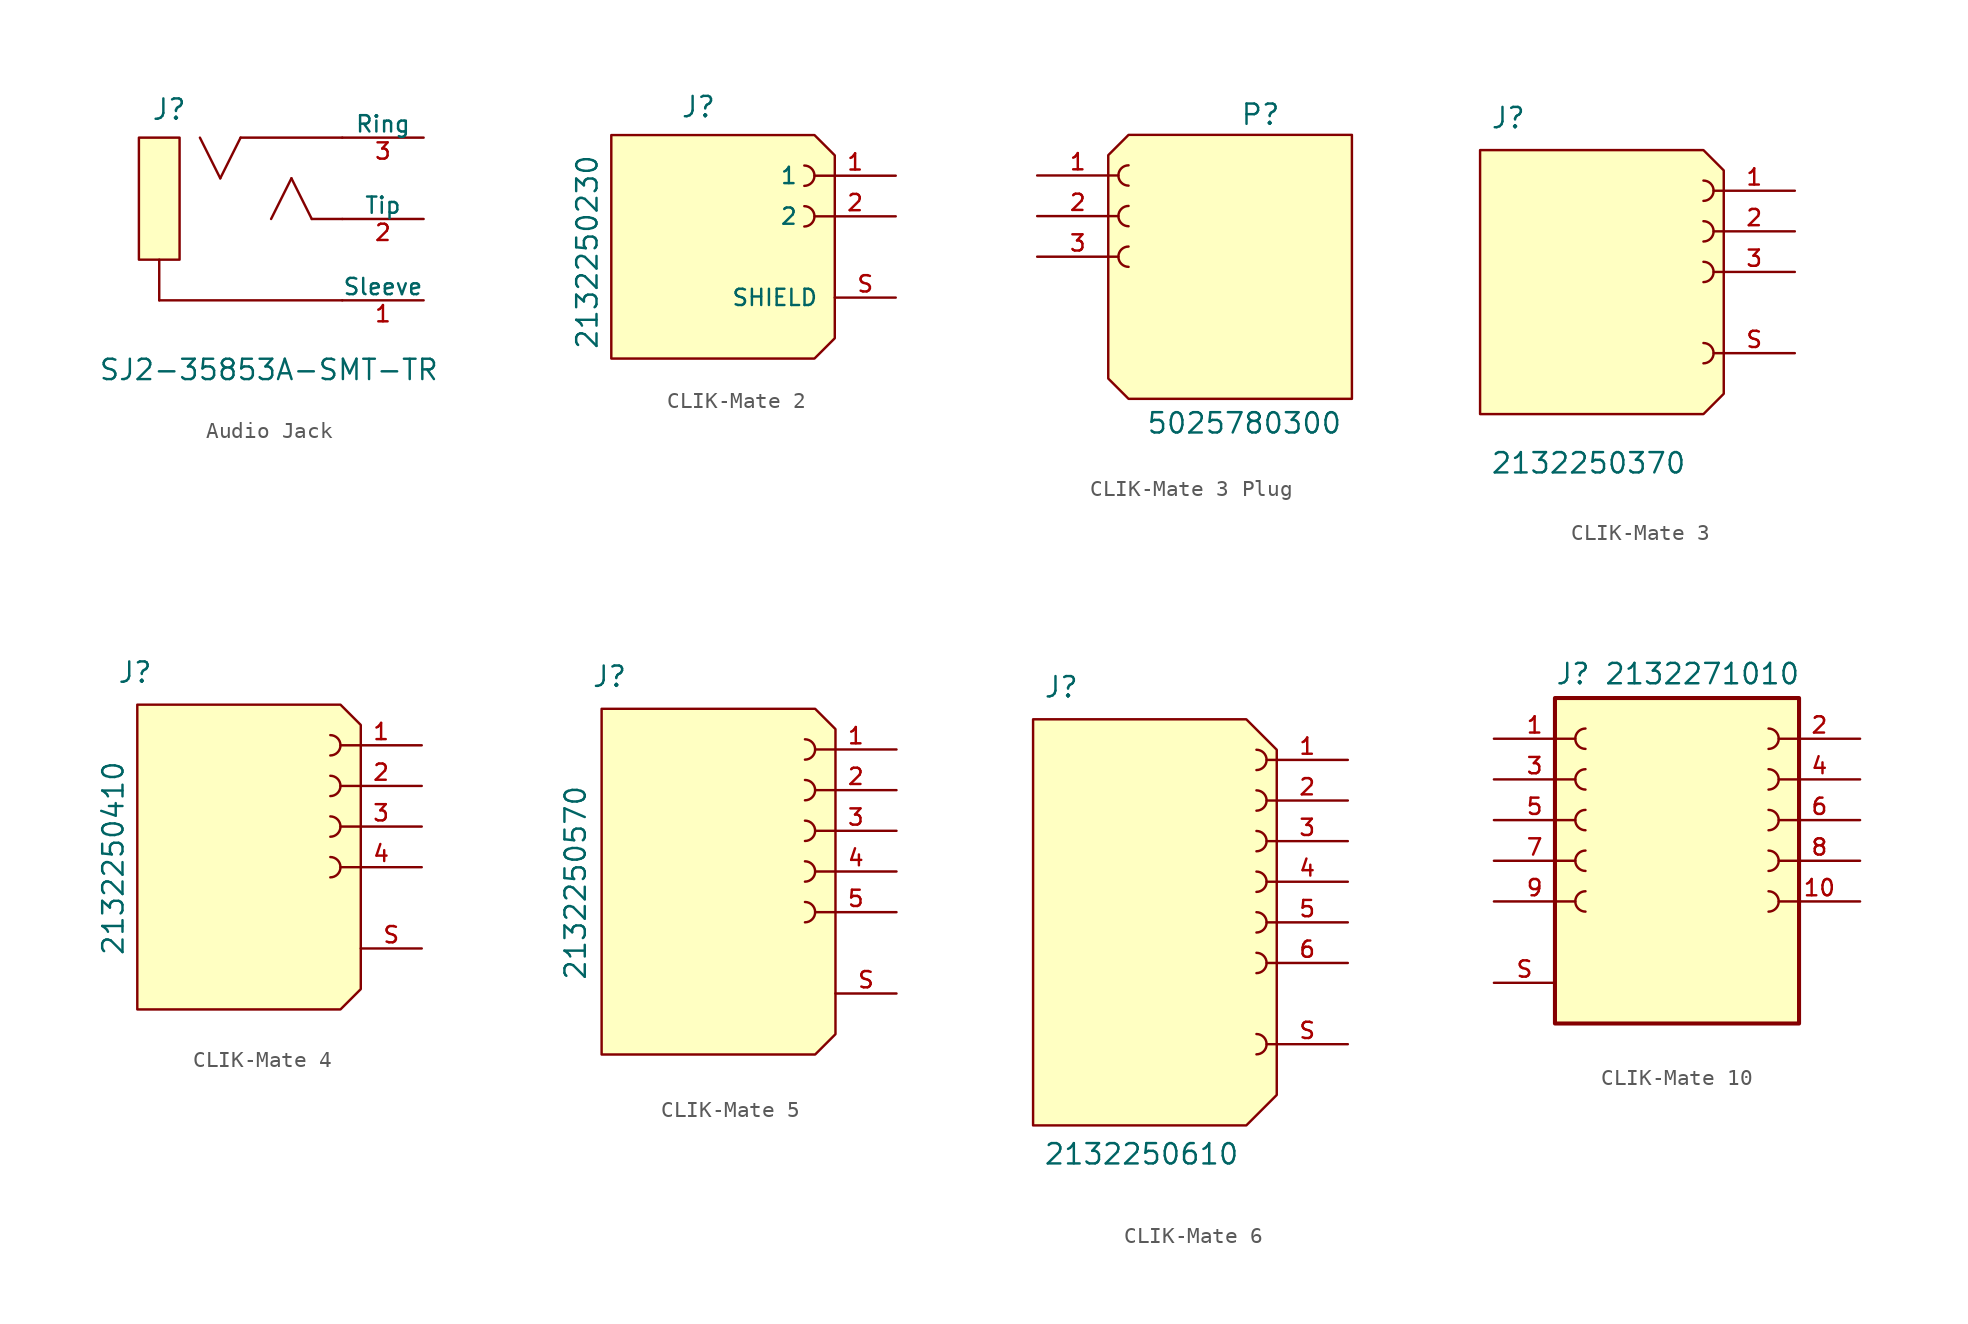
<source format=kicad_sym>
(kicad_symbol_lib
  (version 20231120)
  (generator "kicad_symbol_editor")
  (generator_version "8.0")
  (symbol "Audio Jack"
    (pin_names
      (offset 0))
    (property "Reference" "J"
      (at -6.858 3.556 0)
      (effects (font (size 1.27 1.27)) (justify left bottom)))
    (property "Value" "SJ2-35853A-SMT-TR"
      (at -10.16 -12.7 0)
      (effects (font (size 1.27 1.27)) (justify left bottom)))
    (symbol "Audio Jack_0_0"
      (polyline (pts (xy -6.35 -5.08) (xy -6.35 -7.62)) (stroke (width 0.152) (type default)) (fill (type none)))
      (polyline (pts (xy -2.54 0) (xy -3.81 2.54)) (stroke (width 0.152) (type default)) (fill (type none)))
      (polyline (pts (xy -1.27 2.54) (xy -2.54 0)) (stroke (width 0.152) (type default)) (fill (type none)))
      (polyline (pts (xy 1.905 0) (xy 0.635 -2.54)) (stroke (width 0.152) (type default)) (fill (type none)))
      (polyline (pts (xy 3.175 -2.54) (xy 1.905 0)) (stroke (width 0.152) (type default)) (fill (type none)))
      (polyline (pts (xy 5.08 -7.62) (xy -6.35 -7.62)) (stroke (width 0.152) (type default)) (fill (type none)))
      (polyline (pts (xy 5.08 -2.54) (xy 3.175 -2.54)) (stroke (width 0.152) (type default)) (fill (type none)))
      (polyline (pts (xy 5.08 2.54) (xy -1.27 2.54)) (stroke (width 0.152) (type default)) (fill (type none))))
    (symbol "Audio Jack_1_0"
      (rectangle (start -7.62 2.54) (end -5.08 -5.08) (stroke (width 0) (type default)) (fill (type background)))
      (pin passive line (at 10.16 -7.62 180) (length 5.08) (name "Sleeve" (effects (font (size 1.016 1.016)))) (number "1" (effects (font (size 1.016 1.016)))))
      (pin passive line (at 10.16 -2.54 180) (length 5.08) (name "Tip" (effects (font (size 1.016 1.016)))) (number "2" (effects (font (size 1.016 1.016)))))
      (pin passive line (at 10.16 2.54 180) (length 5.08) (name "Ring" (effects (font (size 1.016 1.016)))) (number "3" (effects (font (size 1.016 1.016)))))))
  (symbol "CLIK-Mate 2"
    (pin_names
      (offset 1.016))
    (property "Reference" "J"
      (at -2.032 8.636 0)
      (effects (font (size 1.27 1.27)) (justify left bottom)))
    (property "Value" "2132250230"
      (at -7.112 -5.842 90)
      (effects (font (size 1.27 1.27)) (justify left bottom)))
    (symbol "CLIK-Mate 2_0_0"
      (pin passive line (at 11.43 5.08 180) (length 5.08) (name "1" (effects (font (size 1.016 1.016)))) (number "1" (effects (font (size 1.016 1.016)))))
      (pin passive line (at 11.43 2.54 180) (length 5.08) (name "2" (effects (font (size 1.016 1.016)))) (number "2" (effects (font (size 1.016 1.016))))))
    (symbol "CLIK-Mate 2_1_0"
      (polyline (pts (xy -6.35 7.62) (xy -6.35 -6.35) (xy 6.35 -6.35) (xy 7.62 -5.08) (xy 7.62 6.35) (xy 6.35 7.62) (xy -6.35 7.62)) (stroke (width 0) (type default)) (fill (type background)))
      (arc (start 5.715 1.905) (mid 6.3472 2.54) (end 5.715 3.175) (stroke (width 0) (type default)) (fill (type none)))
      (arc (start 5.715 4.445) (mid 6.3472 5.08) (end 5.715 5.715) (stroke (width 0) (type default)) (fill (type none)))
      (pin passive line (at 11.43 -2.54 180) (length 3.81) (name "SHIELD" (effects (font (size 1.016 1.016)))) (number "S" (effects (font (size 1.016 1.016)))))))
  (symbol "CLIK-Mate 3 Plug"
    (pin_names hide)
    (property "Reference" "P"
      (at 2.54 8.89 0)
      (effects (font (size 1.27 1.27))))
    (property "Value" "5025780300"
      (at 1.524 -10.414 0)
      (effects (font (size 1.27 1.27))))
    (symbol "CLIK-Mate 3 Plug_0_0"
      (pin passive line (at -11.43 5.08 0) (length 5.08) (name "1" (effects (font (size 1.016 1.016)))) (number "1" (effects (font (size 1.016 1.016)))))
      (pin passive line (at -11.43 2.54 0) (length 5.08) (name "2" (effects (font (size 1.016 1.016)))) (number "2" (effects (font (size 1.016 1.016)))))
      (pin passive line (at -11.43 0 0) (length 5.08) (name "3" (effects (font (size 1.016 1.016)))) (number "3" (effects (font (size 1.016 1.016))))))
    (symbol "CLIK-Mate 3 Plug_1_0"
      (arc (start -5.715 0.635) (mid -6.347 0) (end -5.715 -0.635) (stroke (width 0) (type default)) (fill (type none)))
      (arc (start -5.715 3.175) (mid -6.347 2.54) (end -5.715 1.905) (stroke (width 0) (type default)) (fill (type none)))
      (arc (start -5.715 5.715) (mid -6.347 5.08) (end -5.715 4.445) (stroke (width 0) (type default)) (fill (type none))))
    (symbol "CLIK-Mate 3 Plug_1_1"
      (polyline (pts (xy 8.255 7.62) (xy 8.255 -8.89) (xy -5.715 -8.89) (xy -6.985 -7.62) (xy -6.985 6.35) (xy -5.715 7.62) (xy 8.255 7.62)) (stroke (width 0) (type default)) (fill (type background)))))
  (symbol "CLIK-Mate 3"
    (pin_names
      (offset 1.016) hide)
    (property "Reference" "J"
      (at -7.62 8.89 0)
      (effects (font (size 1.27 1.27)) (justify left bottom)))
    (property "Value" "2132250370"
      (at -7.62 -12.7 0)
      (effects (font (size 1.27 1.27)) (justify left bottom)))
    (symbol "CLIK-Mate 3_0_0"
      (pin passive line (at 11.43 5.08 180) (length 5.08) (name "1" (effects (font (size 1.016 1.016)))) (number "1" (effects (font (size 1.016 1.016)))))
      (pin passive line (at 11.43 2.54 180) (length 5.08) (name "2" (effects (font (size 1.016 1.016)))) (number "2" (effects (font (size 1.016 1.016)))))
      (pin passive line (at 11.43 0 180) (length 5.08) (name "3" (effects (font (size 1.016 1.016)))) (number "3" (effects (font (size 1.016 1.016))))))
    (symbol "CLIK-Mate 3_1_0"
      (arc (start 5.715 -5.715) (mid 6.3472 -5.08) (end 5.715 -4.445) (stroke (width 0) (type default)) (fill (type none)))
      (arc (start 5.715 -0.635) (mid 6.3472 0) (end 5.715 0.635) (stroke (width 0) (type default)) (fill (type none)))
      (arc (start 5.715 1.905) (mid 6.3472 2.54) (end 5.715 3.175) (stroke (width 0) (type default)) (fill (type none)))
      (arc (start 5.715 4.445) (mid 6.3472 5.08) (end 5.715 5.715) (stroke (width 0) (type default)) (fill (type none)))
      (pin passive line (at 11.43 -5.08 180) (length 5.08) (name "SHIELD" (effects (font (size 1.016 1.016)))) (number "S" (effects (font (size 1.016 1.016))))))
    (symbol "CLIK-Mate 3_1_1"
      (polyline (pts (xy -8.255 7.62) (xy -8.255 -8.89) (xy 5.715 -8.89) (xy 6.985 -7.62) (xy 6.985 6.35) (xy 5.715 7.62) (xy -8.255 7.62)) (stroke (width 0) (type default)) (fill (type background)))))
  (symbol "CLIK-Mate 4"
    (pin_names
      (offset 1.016) hide)
    (property "Reference" "J"
      (at -7.62 11.43 0)
      (effects (font (size 1.27 1.27)) (justify left bottom)))
    (property "Value" "2132250410"
      (at -7.112 -5.588 90)
      (effects (font (size 1.27 1.27)) (justify left bottom)))
    (symbol "CLIK-Mate 4_0_0"
      (pin passive line (at 11.43 7.62 180) (length 5.08) (name "1" (effects (font (size 1.016 1.016)))) (number "1" (effects (font (size 1.016 1.016)))))
      (pin passive line (at 11.43 5.08 180) (length 5.08) (name "2" (effects (font (size 1.016 1.016)))) (number "2" (effects (font (size 1.016 1.016)))))
      (pin passive line (at 11.43 2.54 180) (length 5.08) (name "3" (effects (font (size 1.016 1.016)))) (number "3" (effects (font (size 1.016 1.016)))))
      (pin passive line (at 11.43 0 180) (length 5.08) (name "4" (effects (font (size 1.016 1.016)))) (number "4" (effects (font (size 1.016 1.016))))))
    (symbol "CLIK-Mate 4_1_0"
      (polyline (pts (xy -6.35 10.16) (xy -6.35 -8.89) (xy 6.35 -8.89) (xy 7.62 -7.62) (xy 7.62 8.89) (xy 6.35 10.16) (xy -6.35 10.16)) (stroke (width 0) (type default)) (fill (type background)))
      (arc (start 5.715 -0.635) (mid 6.3472 0) (end 5.715 0.635) (stroke (width 0) (type default)) (fill (type none)))
      (arc (start 5.715 1.905) (mid 6.3472 2.54) (end 5.715 3.175) (stroke (width 0) (type default)) (fill (type none)))
      (arc (start 5.715 4.445) (mid 6.3472 5.08) (end 5.715 5.715) (stroke (width 0) (type default)) (fill (type none)))
      (arc (start 5.715 6.985) (mid 6.3472 7.62) (end 5.715 8.255) (stroke (width 0) (type default)) (fill (type none)))
      (pin passive line (at 11.43 -5.08 180) (length 3.81) (name "SHIELD" (effects (font (size 1.016 1.016)))) (number "S" (effects (font (size 1.016 1.016)))))))
  (symbol "CLIK-Mate 5"
    (pin_names
      (offset 1.016) hide)
    (property "Reference" "J"
      (at -7.62 11.43 0)
      (effects (font (size 1.27 1.27)) (justify left bottom)))
    (property "Value" "2132250570"
      (at -7.874 -6.858 90)
      (effects (font (size 1.27 1.27)) (justify left bottom)))
    (symbol "CLIK-Mate 5_0_0"
      (pin passive line (at 11.43 7.62 180) (length 5.08) (name "1" (effects (font (size 1.016 1.016)))) (number "1" (effects (font (size 1.016 1.016)))))
      (pin passive line (at 11.43 5.08 180) (length 5.08) (name "2" (effects (font (size 1.016 1.016)))) (number "2" (effects (font (size 1.016 1.016)))))
      (pin passive line (at 11.43 2.54 180) (length 5.08) (name "3" (effects (font (size 1.016 1.016)))) (number "3" (effects (font (size 1.016 1.016)))))
      (pin passive line (at 11.43 0 180) (length 5.08) (name "4" (effects (font (size 1.016 1.016)))) (number "4" (effects (font (size 1.016 1.016)))))
      (pin passive line (at 11.43 -2.54 180) (length 5.08) (name "5" (effects (font (size 1.016 1.016)))) (number "5" (effects (font (size 1.016 1.016))))))
    (symbol "CLIK-Mate 5_1_0"
      (polyline (pts (xy -6.985 10.16) (xy -6.985 -11.43) (xy 6.35 -11.43) (xy 7.62 -10.16) (xy 7.62 8.89) (xy 6.35 10.16) (xy -6.985 10.16)) (stroke (width 0) (type default)) (fill (type background)))
      (arc (start 5.715 -3.175) (mid 6.3472 -2.54) (end 5.715 -1.905) (stroke (width 0) (type default)) (fill (type none)))
      (arc (start 5.715 -0.635) (mid 6.3472 0) (end 5.715 0.635) (stroke (width 0) (type default)) (fill (type none)))
      (arc (start 5.715 1.905) (mid 6.3472 2.54) (end 5.715 3.175) (stroke (width 0) (type default)) (fill (type none)))
      (arc (start 5.715 4.445) (mid 6.3472 5.08) (end 5.715 5.715) (stroke (width 0) (type default)) (fill (type none)))
      (arc (start 5.715 6.985) (mid 6.3472 7.62) (end 5.715 8.255) (stroke (width 0) (type default)) (fill (type none)))
      (pin passive line (at 11.43 -7.62 180) (length 3.81) (name "SHIELD" (effects (font (size 1.016 1.016)))) (number "S" (effects (font (size 1.016 1.016)))))))
  (symbol "CLIK-Mate 6"
    (pin_names
      (offset 1.016) hide)
    (property "Reference" "J"
      (at -7.62 13.97 0)
      (effects (font (size 1.27 1.27)) (justify left bottom)))
    (property "Value" "2132250610"
      (at -7.62 -15.24 0)
      (effects (font (size 1.27 1.27)) (justify left bottom)))
    (symbol "CLIK-Mate 6_0_0"
      (pin passive line (at 11.43 10.16 180) (length 5.08) (name "1" (effects (font (size 1.016 1.016)))) (number "1" (effects (font (size 1.016 1.016)))))
      (pin passive line (at 11.43 7.62 180) (length 5.08) (name "2" (effects (font (size 1.016 1.016)))) (number "2" (effects (font (size 1.016 1.016)))))
      (pin passive line (at 11.43 5.08 180) (length 5.08) (name "3" (effects (font (size 1.016 1.016)))) (number "3" (effects (font (size 1.016 1.016)))))
      (pin passive line (at 11.43 2.54 180) (length 5.08) (name "4" (effects (font (size 1.016 1.016)))) (number "4" (effects (font (size 1.016 1.016)))))
      (pin passive line (at 11.43 0 180) (length 5.08) (name "5" (effects (font (size 1.016 1.016)))) (number "5" (effects (font (size 1.016 1.016)))))
      (pin passive line (at 11.43 -2.54 180) (length 5.08) (name "6" (effects (font (size 1.016 1.016)))) (number "6" (effects (font (size 1.016 1.016))))))
    (symbol "CLIK-Mate 6_1_0"
      (arc (start 5.715 -8.255) (mid 6.3472 -7.62) (end 5.715 -6.985) (stroke (width 0) (type default)) (fill (type none)))
      (arc (start 5.715 -3.175) (mid 6.3472 -2.54) (end 5.715 -1.905) (stroke (width 0) (type default)) (fill (type none)))
      (arc (start 5.715 -0.635) (mid 6.3472 0) (end 5.715 0.635) (stroke (width 0) (type default)) (fill (type none)))
      (arc (start 5.715 1.905) (mid 6.3472 2.54) (end 5.715 3.175) (stroke (width 0) (type default)) (fill (type none)))
      (arc (start 5.715 4.445) (mid 6.3472 5.08) (end 5.715 5.715) (stroke (width 0) (type default)) (fill (type none)))
      (arc (start 5.715 6.985) (mid 6.3472 7.62) (end 5.715 8.255) (stroke (width 0) (type default)) (fill (type none)))
      (arc (start 5.715 9.525) (mid 6.3472 10.16) (end 5.715 10.795) (stroke (width 0) (type default)) (fill (type none)))
      (pin passive line (at 11.43 -7.62 180) (length 5.08) (name "S" (effects (font (size 1.016 1.016)))) (number "S" (effects (font (size 1.016 1.016)))))
      (pin passive line (at 11.43 -7.62 180) (length 5.08) hide (name "SHIELD" (effects (font (size 1.016 1.016)))) (number "S" (effects (font (size 1.016 1.016))))))
    (symbol "CLIK-Mate 6_1_1"
      (polyline (pts (xy -8.255 12.7) (xy -8.255 -12.7) (xy 5.08 -12.7) (xy 6.985 -10.795) (xy 6.985 10.795) (xy 5.08 12.7) (xy -8.255 12.7)) (stroke (width 0) (type default)) (fill (type background)))))
  (symbol "CLIK-Mate 10"
    (pin_names
      (offset 1.016) hide)
    (property "Reference" "J"
      (at -7.62 10.922 0)
      (effects (font (size 1.27 1.27)) (justify left bottom)))
    (property "Value" "2132271010"
      (at -4.572 10.922 0)
      (effects (font (size 1.27 1.27)) (justify left bottom)))
    (symbol "CLIK-Mate 10_0_0"
      (pin passive line (at -11.43 7.62 0) (length 5.08) (name "1" (effects (font (size 1.016 1.016)))) (number "1" (effects (font (size 1.016 1.016)))))
      (pin passive line (at 11.43 -2.54 180) (length 5.08) (name "10" (effects (font (size 1.016 1.016)))) (number "10" (effects (font (size 1.016 1.016)))))
      (pin passive line (at 11.43 7.62 180) (length 5.08) (name "2" (effects (font (size 1.016 1.016)))) (number "2" (effects (font (size 1.016 1.016)))))
      (pin passive line (at -11.43 5.08 0) (length 5.08) (name "3" (effects (font (size 1.016 1.016)))) (number "3" (effects (font (size 1.016 1.016)))))
      (pin passive line (at 11.43 5.08 180) (length 5.08) (name "4" (effects (font (size 1.016 1.016)))) (number "4" (effects (font (size 1.016 1.016)))))
      (pin passive line (at -11.43 2.54 0) (length 5.08) (name "5" (effects (font (size 1.016 1.016)))) (number "5" (effects (font (size 1.016 1.016)))))
      (pin passive line (at 11.43 2.54 180) (length 5.08) (name "6" (effects (font (size 1.016 1.016)))) (number "6" (effects (font (size 1.016 1.016)))))
      (pin passive line (at -11.43 0 0) (length 5.08) (name "7" (effects (font (size 1.016 1.016)))) (number "7" (effects (font (size 1.016 1.016)))))
      (pin passive line (at 11.43 0 180) (length 5.08) (name "8" (effects (font (size 1.016 1.016)))) (number "8" (effects (font (size 1.016 1.016)))))
      (pin passive line (at -11.43 -2.54 0) (length 5.08) (name "9" (effects (font (size 1.016 1.016)))) (number "9" (effects (font (size 1.016 1.016))))))
    (symbol "CLIK-Mate 10_1_0"
      (rectangle (start -7.62 10.16) (end 7.62 -10.16) (stroke (width 0.254) (type default)) (fill (type background)))
      (arc (start -5.715 -1.905) (mid -6.3472 -2.54) (end -5.715 -3.175) (stroke (width 0) (type default)) (fill (type none)))
      (arc (start -5.715 0.635) (mid -6.3472 0) (end -5.715 -0.635) (stroke (width 0) (type default)) (fill (type none)))
      (arc (start -5.715 3.175) (mid -6.3472 2.54) (end -5.715 1.905) (stroke (width 0) (type default)) (fill (type none)))
      (arc (start -5.715 5.715) (mid -6.3472 5.08) (end -5.715 4.445) (stroke (width 0) (type default)) (fill (type none)))
      (arc (start -5.715 8.255) (mid -6.3472 7.62) (end -5.715 6.985) (stroke (width 0) (type default)) (fill (type none)))
      (arc (start 5.715 -3.175) (mid 6.3472 -2.54) (end 5.715 -1.905) (stroke (width 0) (type default)) (fill (type none)))
      (arc (start 5.715 -0.635) (mid 6.3472 0) (end 5.715 0.635) (stroke (width 0) (type default)) (fill (type none)))
      (arc (start 5.715 1.905) (mid 6.3472 2.54) (end 5.715 3.175) (stroke (width 0) (type default)) (fill (type none)))
      (arc (start 5.715 4.445) (mid 6.3472 5.08) (end 5.715 5.715) (stroke (width 0) (type default)) (fill (type none)))
      (arc (start 5.715 6.985) (mid 6.3472 7.62) (end 5.715 8.255) (stroke (width 0) (type default)) (fill (type none)))
      (pin passive line (at -11.43 -7.62 0) (length 3.81) (name "SHIELD" (effects (font (size 1.016 1.016)))) (number "S" (effects (font (size 1.016 1.016))))))))
</source>
